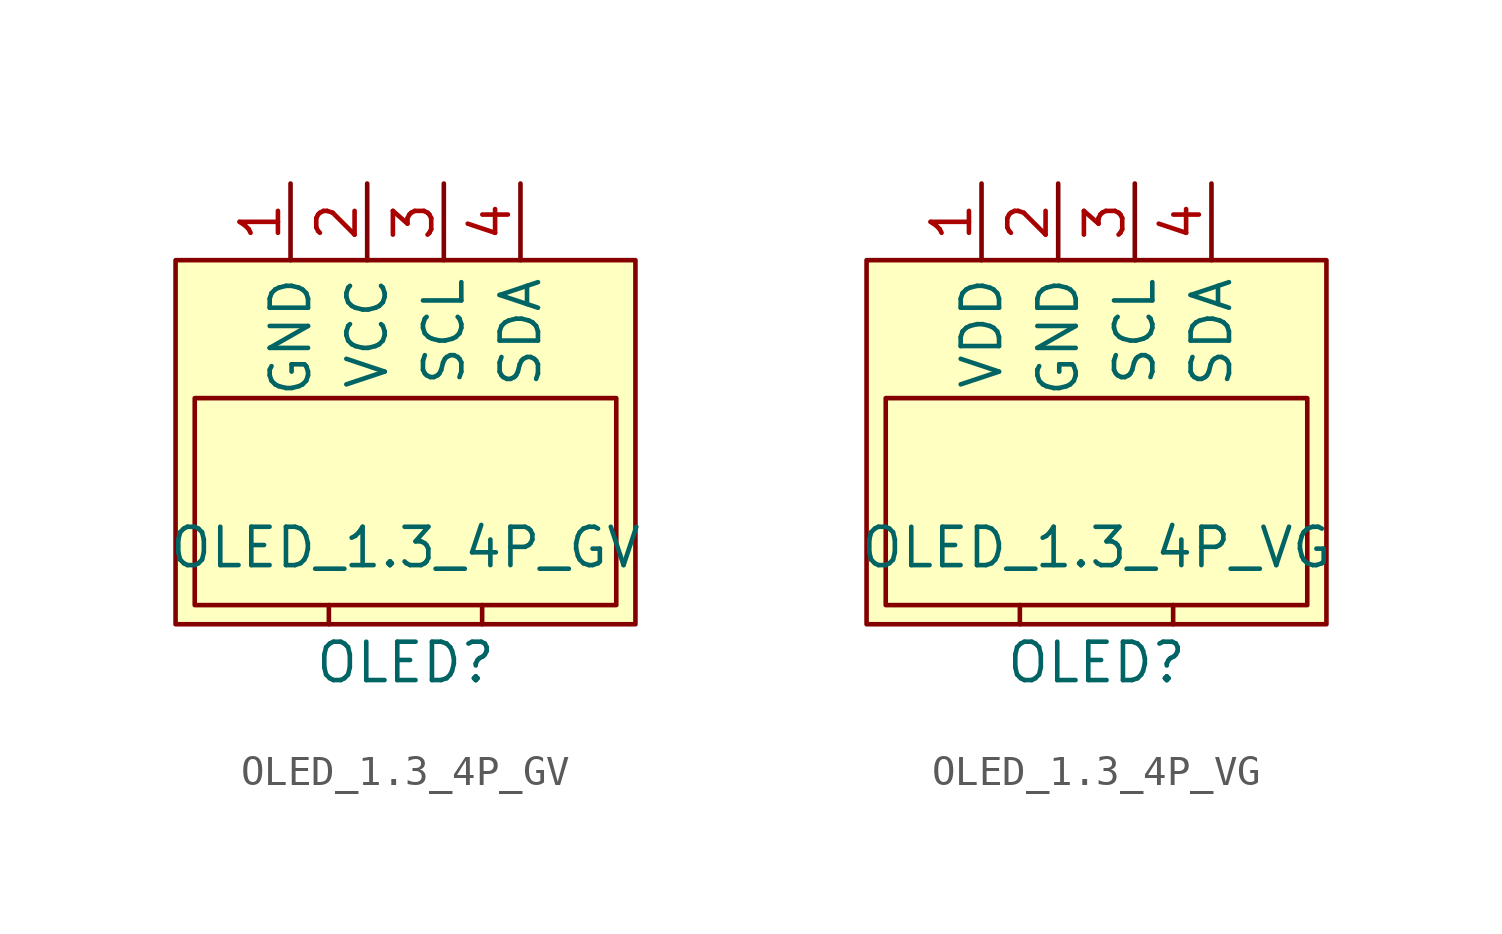
<source format=kicad_sym>
(kicad_symbol_lib
  (version 20211014)
  (generator kicad_symbol_editor)
  (symbol "OLED_1.3_4P_GV"
    (property "Reference" "OLED"
      (at 0 -8.255 0)
      (effects (font (size 1.27 1.27))))
    (property "Value" "OLED_1.3_4P_GV"
      (at 0 -4.445 0)
      (effects (font (size 1.27 1.27))))
    (symbol "OLED_1.3_4P_GV_0_1"
      (rectangle (start -7.62 5.08) (end 7.62 -6.985) (stroke (width 0) (type default) (color 0 0 0 0)) (fill (type background)))
      (rectangle (start -6.985 0.508) (end 6.985 -6.35) (stroke (width 0) (type default) (color 0 0 0 0)) (fill (type none)))
      (polyline (pts (xy -2.54 -6.35) (xy -2.54 -6.985)) (stroke (width 0) (type default) (color 0 0 0 0)) (fill (type none)))
      (polyline (pts (xy 2.54 -6.35) (xy 2.54 -6.985)) (stroke (width 0) (type default) (color 0 0 0 0)) (fill (type none)))
      (pin power_in line (at -3.81 7.62 270) (length 2.54) (name "GND" (effects (font (size 1.27 1.27)))) (number "1" (effects (font (size 1.27 1.27)))))
      (pin power_in line (at -1.27 7.62 270) (length 2.54) (name "VCC" (effects (font (size 1.27 1.27)))) (number "2" (effects (font (size 1.27 1.27)))))
      (pin input line (at 1.27 7.62 270) (length 2.54) (name "SCL" (effects (font (size 1.27 1.27)))) (number "3" (effects (font (size 1.27 1.27)))))
      (pin input line (at 3.81 7.62 270) (length 2.54) (name "SDA" (effects (font (size 1.27 1.27)))) (number "4" (effects (font (size 1.27 1.27)))))))
  (symbol "OLED_1.3_4P_VG"
    (property "Reference" "OLED"
      (at 0 -8.255 0)
      (effects (font (size 1.27 1.27))))
    (property "Value" "OLED_1.3_4P_VG"
      (at 0 -4.445 0)
      (effects (font (size 1.27 1.27))))
    (symbol "OLED_1.3_4P_VG_0_1"
      (rectangle (start -7.62 5.08) (end 7.62 -6.985) (stroke (width 0) (type default) (color 0 0 0 0)) (fill (type background)))
      (rectangle (start -6.985 0.508) (end 6.985 -6.35) (stroke (width 0) (type default) (color 0 0 0 0)) (fill (type none)))
      (polyline (pts (xy -2.54 -6.35) (xy -2.54 -6.985)) (stroke (width 0) (type default) (color 0 0 0 0)) (fill (type none)))
      (polyline (pts (xy 2.54 -6.35) (xy 2.54 -6.985)) (stroke (width 0) (type default) (color 0 0 0 0)) (fill (type none)))
      (pin power_in line (at -3.81 7.62 270) (length 2.54) (name "VDD" (effects (font (size 1.27 1.27)))) (number "1" (effects (font (size 1.27 1.27)))))
      (pin power_in line (at -1.27 7.62 270) (length 2.54) (name "GND" (effects (font (size 1.27 1.27)))) (number "2" (effects (font (size 1.27 1.27)))))
      (pin input line (at 1.27 7.62 270) (length 2.54) (name "SCL" (effects (font (size 1.27 1.27)))) (number "3" (effects (font (size 1.27 1.27)))))
      (pin input line (at 3.81 7.62 270) (length 2.54) (name "SDA" (effects (font (size 1.27 1.27)))) (number "4" (effects (font (size 1.27 1.27))))))))
</source>
